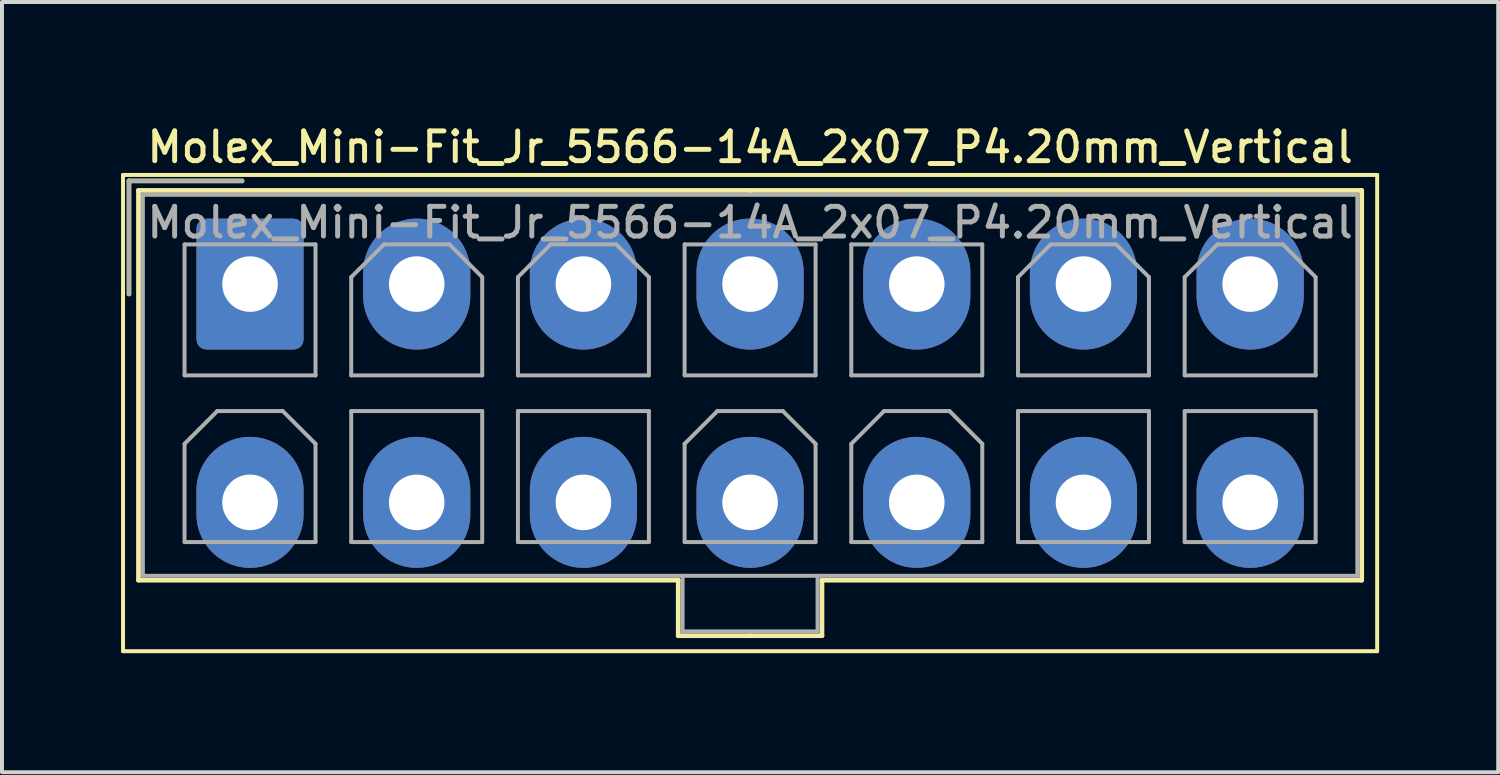
<source format=kicad_pcb>
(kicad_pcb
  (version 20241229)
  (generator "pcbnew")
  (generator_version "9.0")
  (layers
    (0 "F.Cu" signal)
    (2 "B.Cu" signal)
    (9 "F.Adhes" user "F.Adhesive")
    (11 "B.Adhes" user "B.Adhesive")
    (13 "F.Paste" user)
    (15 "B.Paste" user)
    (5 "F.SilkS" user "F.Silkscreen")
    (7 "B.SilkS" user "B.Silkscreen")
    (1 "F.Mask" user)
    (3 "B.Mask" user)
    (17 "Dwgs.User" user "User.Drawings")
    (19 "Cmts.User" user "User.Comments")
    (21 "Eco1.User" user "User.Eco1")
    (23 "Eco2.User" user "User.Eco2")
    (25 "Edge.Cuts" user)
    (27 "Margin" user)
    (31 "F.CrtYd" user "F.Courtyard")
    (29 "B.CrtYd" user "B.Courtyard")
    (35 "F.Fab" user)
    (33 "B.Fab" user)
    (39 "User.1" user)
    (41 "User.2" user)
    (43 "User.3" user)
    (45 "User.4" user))
  (footprint "Molex_Mini-Fit_Jr_5566-14A_2x07_P4.20mm_Vertical"
    (layer "F.Cu")
    (at 3.25 4.108)
    (property "Reference" "Molex_Mini-Fit_Jr_5566-14A_2x07_P4.20mm_Vertical" (at 12.6 -3.45 0) (layer "F.SilkS") (effects (font (size 0.75 0.75) (thickness 0.125))))
    (attr through_hole)
    (fp_line (start -3.2 -2.75) (end -3.2 9.25) (stroke (width 0.1) (type solid)) (layer "F.SilkS"))
    (fp_line (start -3.2 9.25) (end 28.4 9.25) (stroke (width 0.1) (type solid)) (layer "F.SilkS"))
    (fp_line (start -3.05 -2.6) (end -3.05 0.25) (stroke (width 0.12) (type solid)) (layer "F.SilkS"))
    (fp_line (start -2.81 -2.36) (end -2.81 7.46) (stroke (width 0.12) (type solid)) (layer "F.SilkS"))
    (fp_line (start -2.81 7.46) (end 10.79 7.46) (stroke (width 0.12) (type solid)) (layer "F.SilkS"))
    (fp_line (start -0.2 -2.6) (end -3.05 -2.6) (stroke (width 0.12) (type solid)) (layer "F.SilkS"))
    (fp_line (start 10.79 7.46) (end 10.79 8.86) (stroke (width 0.12) (type solid)) (layer "F.SilkS"))
    (fp_line (start 10.79 8.86) (end 12.6 8.86) (stroke (width 0.12) (type solid)) (layer "F.SilkS"))
    (fp_line (start 12.6 -2.36) (end -2.81 -2.36) (stroke (width 0.12) (type solid)) (layer "F.SilkS"))
    (fp_line (start 12.6 -2.36) (end 28.01 -2.36) (stroke (width 0.12) (type solid)) (layer "F.SilkS"))
    (fp_line (start 14.41 7.46) (end 14.41 8.86) (stroke (width 0.12) (type solid)) (layer "F.SilkS"))
    (fp_line (start 14.41 8.86) (end 12.6 8.86) (stroke (width 0.12) (type solid)) (layer "F.SilkS"))
    (fp_line (start 28.01 -2.36) (end 28.01 7.46) (stroke (width 0.12) (type solid)) (layer "F.SilkS"))
    (fp_line (start 28.01 7.46) (end 14.41 7.46) (stroke (width 0.12) (type solid)) (layer "F.SilkS"))
    (fp_line (start 28.4 -2.75) (end -3.2 -2.75) (stroke (width 0.1) (type solid)) (layer "F.SilkS"))
    (fp_line (start 28.4 9.25) (end 28.4 -2.75) (stroke (width 0.1) (type solid)) (layer "F.SilkS"))
    (fp_line (start -3.05 -2.6) (end -3.05 0.25) (stroke (width 0.1) (type solid)) (layer "F.Fab"))
    (fp_line (start -2.7 -2.25) (end -2.7 7.35) (stroke (width 0.1) (type solid)) (layer "F.Fab"))
    (fp_line (start -2.7 7.35) (end 27.9 7.35) (stroke (width 0.1) (type solid)) (layer "F.Fab"))
    (fp_line (start -1.65 -1) (end -1.65 2.3) (stroke (width 0.1) (type solid)) (layer "F.Fab"))
    (fp_line (start -1.65 2.3) (end 1.65 2.3) (stroke (width 0.1) (type solid)) (layer "F.Fab"))
    (fp_line (start -1.65 4.025) (end -0.825 3.2) (stroke (width 0.1) (type solid)) (layer "F.Fab"))
    (fp_line (start -1.65 6.5) (end -1.65 4.025) (stroke (width 0.1) (type solid)) (layer "F.Fab"))
    (fp_line (start -0.825 3.2) (end 0.825 3.2) (stroke (width 0.1) (type solid)) (layer "F.Fab"))
    (fp_line (start -0.2 -2.6) (end -3.05 -2.6) (stroke (width 0.1) (type solid)) (layer "F.Fab"))
    (fp_line (start 0.825 3.2) (end 1.65 4.025) (stroke (width 0.1) (type solid)) (layer "F.Fab"))
    (fp_line (start 1.65 -1) (end -1.65 -1) (stroke (width 0.1) (type solid)) (layer "F.Fab"))
    (fp_line (start 1.65 2.3) (end 1.65 -1) (stroke (width 0.1) (type solid)) (layer "F.Fab"))
    (fp_line (start 1.65 4.025) (end 1.65 6.5) (stroke (width 0.1) (type solid)) (layer "F.Fab"))
    (fp_line (start 1.65 6.5) (end -1.65 6.5) (stroke (width 0.1) (type solid)) (layer "F.Fab"))
    (fp_line (start 2.55 -0.175) (end 3.375 -1) (stroke (width 0.1) (type solid)) (layer "F.Fab"))
    (fp_line (start 2.55 2.3) (end 2.55 -0.175) (stroke (width 0.1) (type solid)) (layer "F.Fab"))
    (fp_line (start 2.55 3.2) (end 2.55 6.5) (stroke (width 0.1) (type solid)) (layer "F.Fab"))
    (fp_line (start 2.55 6.5) (end 5.85 6.5) (stroke (width 0.1) (type solid)) (layer "F.Fab"))
    (fp_line (start 3.375 -1) (end 5.025 -1) (stroke (width 0.1) (type solid)) (layer "F.Fab"))
    (fp_line (start 5.025 -1) (end 5.85 -0.175) (stroke (width 0.1) (type solid)) (layer "F.Fab"))
    (fp_line (start 5.85 -0.175) (end 5.85 2.3) (stroke (width 0.1) (type solid)) (layer "F.Fab"))
    (fp_line (start 5.85 2.3) (end 2.55 2.3) (stroke (width 0.1) (type solid)) (layer "F.Fab"))
    (fp_line (start 5.85 3.2) (end 2.55 3.2) (stroke (width 0.1) (type solid)) (layer "F.Fab"))
    (fp_line (start 5.85 6.5) (end 5.85 3.2) (stroke (width 0.1) (type solid)) (layer "F.Fab"))
    (fp_line (start 6.75 -0.175) (end 7.575 -1) (stroke (width 0.1) (type solid)) (layer "F.Fab"))
    (fp_line (start 6.75 2.3) (end 6.75 -0.175) (stroke (width 0.1) (type solid)) (layer "F.Fab"))
    (fp_line (start 6.75 3.2) (end 6.75 6.5) (stroke (width 0.1) (type solid)) (layer "F.Fab"))
    (fp_line (start 6.75 6.5) (end 10.05 6.5) (stroke (width 0.1) (type solid)) (layer "F.Fab"))
    (fp_line (start 7.575 -1) (end 9.225 -1) (stroke (width 0.1) (type solid)) (layer "F.Fab"))
    (fp_line (start 9.225 -1) (end 10.05 -0.175) (stroke (width 0.1) (type solid)) (layer "F.Fab"))
    (fp_line (start 10.05 -0.175) (end 10.05 2.3) (stroke (width 0.1) (type solid)) (layer "F.Fab"))
    (fp_line (start 10.05 2.3) (end 6.75 2.3) (stroke (width 0.1) (type solid)) (layer "F.Fab"))
    (fp_line (start 10.05 3.2) (end 6.75 3.2) (stroke (width 0.1) (type solid)) (layer "F.Fab"))
    (fp_line (start 10.05 6.5) (end 10.05 3.2) (stroke (width 0.1) (type solid)) (layer "F.Fab"))
    (fp_line (start 10.9 7.35) (end 10.9 8.75) (stroke (width 0.1) (type solid)) (layer "F.Fab"))
    (fp_line (start 10.9 8.75) (end 14.3 8.75) (stroke (width 0.1) (type solid)) (layer "F.Fab"))
    (fp_line (start 10.95 -1) (end 10.95 2.3) (stroke (width 0.1) (type solid)) (layer "F.Fab"))
    (fp_line (start 10.95 2.3) (end 14.25 2.3) (stroke (width 0.1) (type solid)) (layer "F.Fab"))
    (fp_line (start 10.95 4.025) (end 11.775 3.2) (stroke (width 0.1) (type solid)) (layer "F.Fab"))
    (fp_line (start 10.95 6.5) (end 10.95 4.025) (stroke (width 0.1) (type solid)) (layer "F.Fab"))
    (fp_line (start 11.775 3.2) (end 13.425 3.2) (stroke (width 0.1) (type solid)) (layer "F.Fab"))
    (fp_line (start 13.425 3.2) (end 14.25 4.025) (stroke (width 0.1) (type solid)) (layer "F.Fab"))
    (fp_line (start 14.25 -1) (end 10.95 -1) (stroke (width 0.1) (type solid)) (layer "F.Fab"))
    (fp_line (start 14.25 2.3) (end 14.25 -1) (stroke (width 0.1) (type solid)) (layer "F.Fab"))
    (fp_line (start 14.25 4.025) (end 14.25 6.5) (stroke (width 0.1) (type solid)) (layer "F.Fab"))
    (fp_line (start 14.25 6.5) (end 10.95 6.5) (stroke (width 0.1) (type solid)) (layer "F.Fab"))
    (fp_line (start 14.3 8.75) (end 14.3 7.35) (stroke (width 0.1) (type solid)) (layer "F.Fab"))
    (fp_line (start 15.15 -1) (end 15.15 2.3) (stroke (width 0.1) (type solid)) (layer "F.Fab"))
    (fp_line (start 15.15 2.3) (end 18.45 2.3) (stroke (width 0.1) (type solid)) (layer "F.Fab"))
    (fp_line (start 15.15 4.025) (end 15.975 3.2) (stroke (width 0.1) (type solid)) (layer "F.Fab"))
    (fp_line (start 15.15 6.5) (end 15.15 4.025) (stroke (width 0.1) (type solid)) (layer "F.Fab"))
    (fp_line (start 15.975 3.2) (end 17.625 3.2) (stroke (width 0.1) (type solid)) (layer "F.Fab"))
    (fp_line (start 17.625 3.2) (end 18.45 4.025) (stroke (width 0.1) (type solid)) (layer "F.Fab"))
    (fp_line (start 18.45 -1) (end 15.15 -1) (stroke (width 0.1) (type solid)) (layer "F.Fab"))
    (fp_line (start 18.45 2.3) (end 18.45 -1) (stroke (width 0.1) (type solid)) (layer "F.Fab"))
    (fp_line (start 18.45 4.025) (end 18.45 6.5) (stroke (width 0.1) (type solid)) (layer "F.Fab"))
    (fp_line (start 18.45 6.5) (end 15.15 6.5) (stroke (width 0.1) (type solid)) (layer "F.Fab"))
    (fp_line (start 19.35 -0.175) (end 20.175 -1) (stroke (width 0.1) (type solid)) (layer "F.Fab"))
    (fp_line (start 19.35 2.3) (end 19.35 -0.175) (stroke (width 0.1) (type solid)) (layer "F.Fab"))
    (fp_line (start 19.35 3.2) (end 19.35 6.5) (stroke (width 0.1) (type solid)) (layer "F.Fab"))
    (fp_line (start 19.35 6.5) (end 22.65 6.5) (stroke (width 0.1) (type solid)) (layer "F.Fab"))
    (fp_line (start 20.175 -1) (end 21.825 -1) (stroke (width 0.1) (type solid)) (layer "F.Fab"))
    (fp_line (start 21.825 -1) (end 22.65 -0.175) (stroke (width 0.1) (type solid)) (layer "F.Fab"))
    (fp_line (start 22.65 -0.175) (end 22.65 2.3) (stroke (width 0.1) (type solid)) (layer "F.Fab"))
    (fp_line (start 22.65 2.3) (end 19.35 2.3) (stroke (width 0.1) (type solid)) (layer "F.Fab"))
    (fp_line (start 22.65 3.2) (end 19.35 3.2) (stroke (width 0.1) (type solid)) (layer "F.Fab"))
    (fp_line (start 22.65 6.5) (end 22.65 3.2) (stroke (width 0.1) (type solid)) (layer "F.Fab"))
    (fp_line (start 23.55 -0.175) (end 24.375 -1) (stroke (width 0.1) (type solid)) (layer "F.Fab"))
    (fp_line (start 23.55 2.3) (end 23.55 -0.175) (stroke (width 0.1) (type solid)) (layer "F.Fab"))
    (fp_line (start 23.55 3.2) (end 23.55 6.5) (stroke (width 0.1) (type solid)) (layer "F.Fab"))
    (fp_line (start 23.55 6.5) (end 26.85 6.5) (stroke (width 0.1) (type solid)) (layer "F.Fab"))
    (fp_line (start 24.375 -1) (end 26.025 -1) (stroke (width 0.1) (type solid)) (layer "F.Fab"))
    (fp_line (start 26.025 -1) (end 26.85 -0.175) (stroke (width 0.1) (type solid)) (layer "F.Fab"))
    (fp_line (start 26.85 -0.175) (end 26.85 2.3) (stroke (width 0.1) (type solid)) (layer "F.Fab"))
    (fp_line (start 26.85 2.3) (end 23.55 2.3) (stroke (width 0.1) (type solid)) (layer "F.Fab"))
    (fp_line (start 26.85 3.2) (end 23.55 3.2) (stroke (width 0.1) (type solid)) (layer "F.Fab"))
    (fp_line (start 26.85 6.5) (end 26.85 3.2) (stroke (width 0.1) (type solid)) (layer "F.Fab"))
    (fp_line (start 27.9 -2.25) (end -2.7 -2.25) (stroke (width 0.1) (type solid)) (layer "F.Fab"))
    (fp_line (start 27.9 7.35) (end 27.9 -2.25) (stroke (width 0.1) (type solid)) (layer "F.Fab"))
    (fp_text user "${REFERENCE}" (at 12.6 -1.55 0) (layer "F.Fab") (effects (font (size 0.75 0.75) (thickness 0.125))))
    (pad "1" thru_hole roundrect (at 0 0) (size 2.7 3.3) (drill 1.4) (layers "*.Cu" "*.Mask") (roundrect_rratio 0.093))
    (pad "2" thru_hole oval (at 4.2 0) (size 2.7 3.3) (drill 1.4) (layers "*.Cu" "*.Mask"))
    (pad "3" thru_hole oval (at 8.4 0) (size 2.7 3.3) (drill 1.4) (layers "*.Cu" "*.Mask"))
    (pad "4" thru_hole oval (at 12.6 0) (size 2.7 3.3) (drill 1.4) (layers "*.Cu" "*.Mask"))
    (pad "5" thru_hole oval (at 16.8 0) (size 2.7 3.3) (drill 1.4) (layers "*.Cu" "*.Mask"))
    (pad "6" thru_hole oval (at 21 0) (size 2.7 3.3) (drill 1.4) (layers "*.Cu" "*.Mask"))
    (pad "7" thru_hole oval (at 25.2 0) (size 2.7 3.3) (drill 1.4) (layers "*.Cu" "*.Mask"))
    (pad "8" thru_hole oval (at 0 5.5) (size 2.7 3.3) (drill 1.4) (layers "*.Cu" "*.Mask"))
    (pad "9" thru_hole oval (at 4.2 5.5) (size 2.7 3.3) (drill 1.4) (layers "*.Cu" "*.Mask"))
    (pad "10" thru_hole oval (at 8.4 5.5) (size 2.7 3.3) (drill 1.4) (layers "*.Cu" "*.Mask"))
    (pad "11" thru_hole oval (at 12.6 5.5) (size 2.7 3.3) (drill 1.4) (layers "*.Cu" "*.Mask"))
    (pad "12" thru_hole oval (at 16.8 5.5) (size 2.7 3.3) (drill 1.4) (layers "*.Cu" "*.Mask"))
    (pad "13" thru_hole oval (at 21 5.5) (size 2.7 3.3) (drill 1.4) (layers "*.Cu" "*.Mask"))
    (pad "14" thru_hole oval (at 25.2 5.5) (size 2.7 3.3) (drill 1.4) (layers "*.Cu" "*.Mask")))
  (gr_rect
    (start -3 -3)
    (end 34.7 16.408)
    (stroke (width 0.1) (type default))
    (fill no)
    (layer "Edge.Cuts")))
</source>
